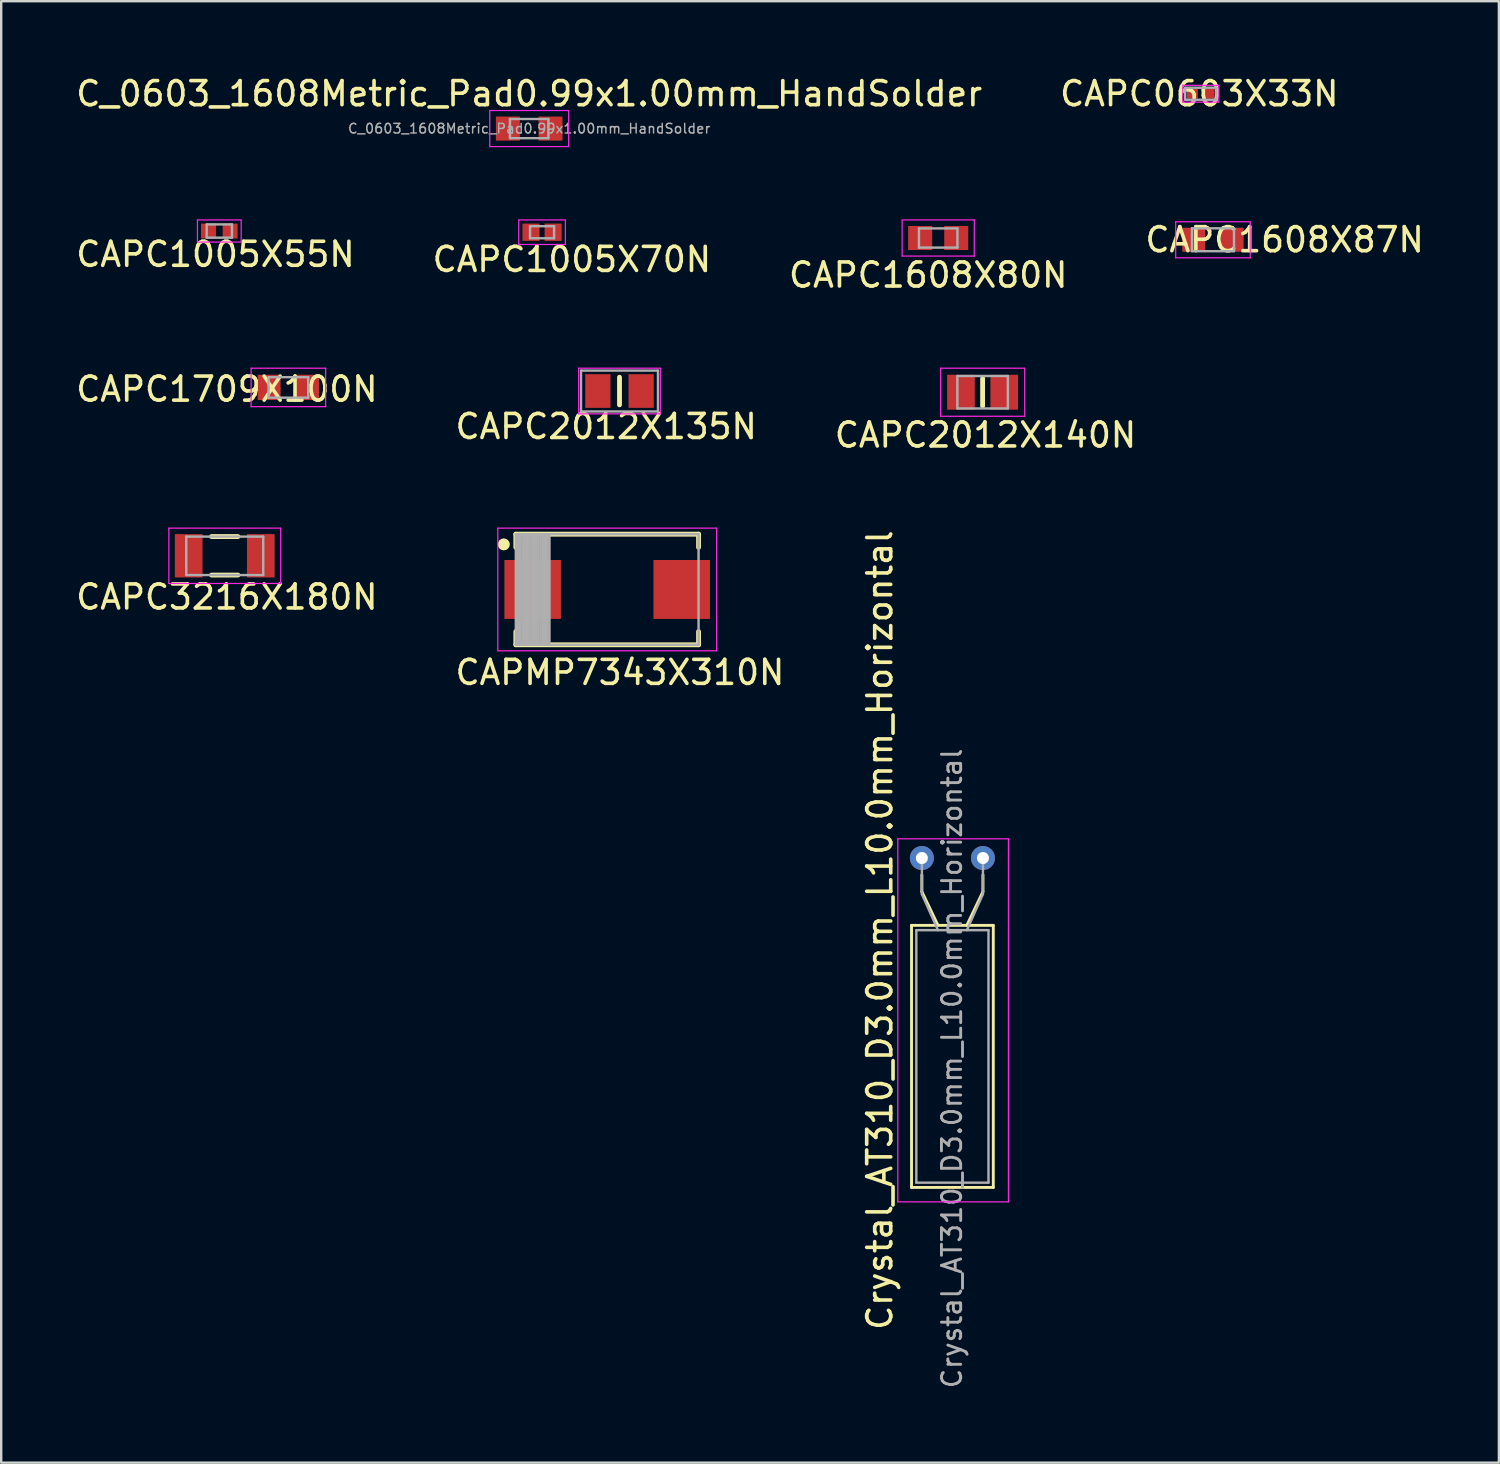
<source format=kicad_pcb>
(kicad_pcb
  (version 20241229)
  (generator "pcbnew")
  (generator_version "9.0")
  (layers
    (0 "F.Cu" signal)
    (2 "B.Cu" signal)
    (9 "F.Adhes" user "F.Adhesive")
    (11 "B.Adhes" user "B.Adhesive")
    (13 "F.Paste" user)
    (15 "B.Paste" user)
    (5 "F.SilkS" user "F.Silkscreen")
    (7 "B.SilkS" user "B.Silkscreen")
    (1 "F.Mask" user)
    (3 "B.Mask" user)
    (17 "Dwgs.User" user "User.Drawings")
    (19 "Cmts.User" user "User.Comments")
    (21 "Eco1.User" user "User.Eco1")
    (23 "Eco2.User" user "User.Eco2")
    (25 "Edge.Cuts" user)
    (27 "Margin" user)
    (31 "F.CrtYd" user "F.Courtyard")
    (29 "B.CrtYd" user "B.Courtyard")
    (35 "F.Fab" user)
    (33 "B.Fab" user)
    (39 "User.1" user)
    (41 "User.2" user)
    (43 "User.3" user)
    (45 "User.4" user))
  (footprint "CAPC0603X33N"
    (layer "F.Cu")
    (at 46.89 0.848)
    (property "Reference" "CAPC0603X33N" (at -0.063 -0.0002 0) (layer "F.SilkS") (effects (font (size 1 1) (thickness 0.15))))
    (attr smd)
    (fp_line (start -0.75 -0.35) (end 0.75 -0.35) (stroke (width 0.05) (type solid)) (layer "F.CrtYd"))
    (fp_line (start -0.75 0.35) (end -0.75 -0.35) (stroke (width 0.05) (type solid)) (layer "F.CrtYd"))
    (fp_line (start -0.75 0.35) (end 0.75 0.35) (stroke (width 0.05) (type solid)) (layer "F.CrtYd"))
    (fp_line (start 0.75 0.35) (end 0.75 -0.35) (stroke (width 0.05) (type solid)) (layer "F.CrtYd"))
    (fp_line (start -0.65 -0.25) (end 0.65 -0.25) (stroke (width 0.1) (type solid)) (layer "F.Fab"))
    (fp_line (start -0.65 0.25) (end -0.65 -0.25) (stroke (width 0.1) (type solid)) (layer "F.Fab"))
    (fp_line (start -0.65 0.25) (end 0.65 0.25) (stroke (width 0.1) (type solid)) (layer "F.Fab"))
    (fp_line (start 0.65 0.25) (end 0.65 -0.25) (stroke (width 0.1) (type solid)) (layer "F.Fab"))
    (pad "1" smd rect (at -0.35 0) (size 0.45 0.4) (layers "F.Cu" "F.Mask" "F.Paste"))
    (pad "2" smd rect (at 0.35 0) (size 0.45 0.4) (layers "F.Cu" "F.Mask" "F.Paste")))
  (footprint "CAPC2012X135N"
    (layer "F.Cu")
    (at 22.714 13.212)
    (property "Reference" "CAPC2012X135N" (at -0.554 1.476 180) (layer "F.SilkS") (effects (font (size 1 1) (thickness 0.15))))
    (attr smd)
    (fp_line (start 0 0.575) (end 0 -0.575) (stroke (width 0.2) (type solid)) (layer "F.SilkS"))
    (fp_line (start -1.7 -0.95) (end 1.7 -0.95) (stroke (width 0.05) (type solid)) (layer "F.CrtYd"))
    (fp_line (start -1.7 0.95) (end -1.7 -0.95) (stroke (width 0.05) (type solid)) (layer "F.CrtYd"))
    (fp_line (start -1.7 0.95) (end 1.7 0.95) (stroke (width 0.05) (type solid)) (layer "F.CrtYd"))
    (fp_line (start 1.7 0.95) (end 1.7 -0.95) (stroke (width 0.05) (type solid)) (layer "F.CrtYd"))
    (fp_line (start -1.6 -0.85) (end 1.6 -0.85) (stroke (width 0.1) (type solid)) (layer "F.Fab"))
    (fp_line (start -1.6 0.85) (end -1.6 -0.85) (stroke (width 0.1) (type solid)) (layer "F.Fab"))
    (fp_line (start -1.6 0.85) (end 1.6 0.85) (stroke (width 0.1) (type solid)) (layer "F.Fab"))
    (fp_line (start 1.6 0.85) (end 1.6 -0.85) (stroke (width 0.1) (type solid)) (layer "F.Fab"))
    (pad "1" smd rect (at -0.9 0) (size 1.05 1.4) (layers "F.Cu" "F.Mask" "F.Paste"))
    (pad "2" smd rect (at 0.9 0) (size 1.05 1.4) (layers "F.Cu" "F.Mask" "F.Paste")))
  (footprint "C_0603_1608Metric_Pad0.99x1.00mm_HandSolder"
    (layer "F.Cu")
    (at 18.958 2.298)
    (property "Reference" "C_0603_1608Metric_Pad0.99x1.00mm_HandSolder" (at 0 -1.45 0) (layer "F.SilkS") (effects (font (size 1 1) (thickness 0.15))))
    (attr smd)
    (fp_line (start -1.64 -0.75) (end 1.64 -0.75) (stroke (width 0.05) (type solid)) (layer "F.CrtYd"))
    (fp_line (start -1.64 0.75) (end -1.64 -0.75) (stroke (width 0.05) (type solid)) (layer "F.CrtYd"))
    (fp_line (start 1.64 -0.75) (end 1.64 0.75) (stroke (width 0.05) (type solid)) (layer "F.CrtYd"))
    (fp_line (start 1.64 0.75) (end -1.64 0.75) (stroke (width 0.05) (type solid)) (layer "F.CrtYd"))
    (fp_line (start -0.8 -0.4) (end 0.8 -0.4) (stroke (width 0.1) (type solid)) (layer "F.Fab"))
    (fp_line (start -0.8 0.4) (end -0.8 -0.4) (stroke (width 0.1) (type solid)) (layer "F.Fab"))
    (fp_line (start 0.8 -0.4) (end 0.8 0.4) (stroke (width 0.1) (type solid)) (layer "F.Fab"))
    (fp_line (start 0.8 0.4) (end -0.8 0.4) (stroke (width 0.1) (type solid)) (layer "F.Fab"))
    (fp_text user "${REFERENCE}" (at 0 0 0) (layer "F.Fab") (effects (font (size 0.4 0.4) (thickness 0.06))))
    (pad "1" smd rect (at -0.887 0) (size 0.995 1) (layers "F.Cu" "F.Mask" "F.Paste"))
    (pad "2" smd rect (at 0.887 0) (size 0.995 1) (layers "F.Cu" "F.Mask" "F.Paste")))
  (footprint "CAPC1709X100N"
    (layer "F.Cu")
    (at 8.943 13.062)
    (property "Reference" "CAPC1709X100N" (at -2.556 0.073 0) (layer "F.SilkS") (effects (font (size 1 1) (thickness 0.15))))
    (attr smd)
    (fp_line (start -1.55 -0.8) (end 1.55 -0.8) (stroke (width 0.05) (type solid)) (layer "F.CrtYd"))
    (fp_line (start -1.55 0.8) (end -1.55 -0.8) (stroke (width 0.05) (type solid)) (layer "F.CrtYd"))
    (fp_line (start -1.55 0.8) (end 1.55 0.8) (stroke (width 0.05) (type solid)) (layer "F.CrtYd"))
    (fp_line (start 1.55 0.8) (end 1.55 -0.8) (stroke (width 0.05) (type solid)) (layer "F.CrtYd"))
    (fp_line (start -0.825 -0.425) (end 0.825 -0.425) (stroke (width 0.1) (type solid)) (layer "F.Fab"))
    (fp_line (start -0.825 0.425) (end -0.825 -0.425) (stroke (width 0.1) (type solid)) (layer "F.Fab"))
    (fp_line (start -0.825 0.425) (end 0.825 0.425) (stroke (width 0.1) (type solid)) (layer "F.Fab"))
    (fp_line (start 0.825 0.425) (end 0.825 -0.425) (stroke (width 0.1) (type solid)) (layer "F.Fab"))
    (pad "1" smd rect (at -0.8 0 90) (size 1.05 0.95) (layers "F.Cu" "F.Mask" "F.Paste"))
    (pad "2" smd rect (at 0.8 0 90) (size 1.05 0.95) (layers "F.Cu" "F.Mask" "F.Paste")))
  (footprint "CAPMP7343X310N"
    (layer "F.Cu")
    (at 22.202 21.465)
    (property "Reference" "CAPMP7343X310N" (at 0.53 3.45 0) (layer "F.SilkS") (effects (font (size 1 1) (thickness 0.15))))
    (attr smd)
    (fp_line (start -3.8 -2.3) (end 3.8 -2.3) (stroke (width 0.2) (type solid)) (layer "F.SilkS"))
    (fp_line (start -3.8 -1.75) (end -3.8 -2.3) (stroke (width 0.2) (type solid)) (layer "F.SilkS"))
    (fp_line (start -3.8 2.3) (end -3.8 1.75) (stroke (width 0.2) (type solid)) (layer "F.SilkS"))
    (fp_line (start -3.8 2.3) (end 3.8 2.3) (stroke (width 0.2) (type solid)) (layer "F.SilkS"))
    (fp_line (start 3.8 -1.75) (end 3.8 -2.3) (stroke (width 0.2) (type solid)) (layer "F.SilkS"))
    (fp_line (start 3.8 2.3) (end 3.8 1.75) (stroke (width 0.2) (type solid)) (layer "F.SilkS"))
    (fp_circle (center -4.3 -1.875) (end -4.175 -1.875) (stroke (width 0.25) (type solid)) (fill no) (layer "F.SilkS"))
    (fp_line (start -4.55 -2.55) (end 4.55 -2.55) (stroke (width 0.05) (type solid)) (layer "F.CrtYd"))
    (fp_line (start -4.55 2.55) (end -4.55 -2.55) (stroke (width 0.05) (type solid)) (layer "F.CrtYd"))
    (fp_line (start -4.55 2.55) (end 4.55 2.55) (stroke (width 0.05) (type solid)) (layer "F.CrtYd"))
    (fp_line (start 4.55 2.55) (end 4.55 -2.55) (stroke (width 0.05) (type solid)) (layer "F.CrtYd"))
    (fp_line (start -3.8 -2.3) (end 3.8 -2.3) (stroke (width 0.1) (type solid)) (layer "F.Fab"))
    (fp_line (start -3.8 2.3) (end -3.8 -2.3) (stroke (width 0.1) (type solid)) (layer "F.Fab"))
    (fp_line (start -3.8 2.3) (end 3.8 2.3) (stroke (width 0.1) (type solid)) (layer "F.Fab"))
    (fp_line (start -3.75 2.3) (end -3.75 -2.3) (stroke (width 0.1) (type solid)) (layer "F.Fab"))
    (fp_line (start -3.675 2.3) (end -3.675 -2.3) (stroke (width 0.1) (type solid)) (layer "F.Fab"))
    (fp_line (start -3.6 2.3) (end -3.6 -2.3) (stroke (width 0.1) (type solid)) (layer "F.Fab"))
    (fp_line (start -3.525 2.3) (end -3.525 -2.3) (stroke (width 0.1) (type solid)) (layer "F.Fab"))
    (fp_line (start -3.45 2.3) (end -3.45 -2.3) (stroke (width 0.1) (type solid)) (layer "F.Fab"))
    (fp_line (start -3.375 2.3) (end -3.375 -2.3) (stroke (width 0.1) (type solid)) (layer "F.Fab"))
    (fp_line (start -3.3 2.3) (end -3.3 -2.3) (stroke (width 0.1) (type solid)) (layer "F.Fab"))
    (fp_line (start -3.225 2.3) (end -3.225 -2.3) (stroke (width 0.1) (type solid)) (layer "F.Fab"))
    (fp_line (start -3.15 2.3) (end -3.15 -2.3) (stroke (width 0.1) (type solid)) (layer "F.Fab"))
    (fp_line (start -3.075 2.3) (end -3.075 -2.3) (stroke (width 0.1) (type solid)) (layer "F.Fab"))
    (fp_line (start -3 2.3) (end -3 -2.3) (stroke (width 0.1) (type solid)) (layer "F.Fab"))
    (fp_line (start -2.925 2.3) (end -2.925 -2.3) (stroke (width 0.1) (type solid)) (layer "F.Fab"))
    (fp_line (start -2.85 2.3) (end -2.85 -2.3) (stroke (width 0.1) (type solid)) (layer "F.Fab"))
    (fp_line (start -2.775 2.3) (end -2.775 -2.3) (stroke (width 0.1) (type solid)) (layer "F.Fab"))
    (fp_line (start -2.7 2.3) (end -2.7 -2.3) (stroke (width 0.1) (type solid)) (layer "F.Fab"))
    (fp_line (start -2.625 2.3) (end -2.625 -2.3) (stroke (width 0.1) (type solid)) (layer "F.Fab"))
    (fp_line (start -2.55 2.3) (end -2.55 -2.3) (stroke (width 0.1) (type solid)) (layer "F.Fab"))
    (fp_line (start -2.475 2.3) (end -2.475 -2.3) (stroke (width 0.1) (type solid)) (layer "F.Fab"))
    (fp_line (start -2.4 2.3) (end -2.4 -2.3) (stroke (width 0.1) (type solid)) (layer "F.Fab"))
    (fp_line (start 3.8 2.3) (end 3.8 -2.3) (stroke (width 0.1) (type solid)) (layer "F.Fab"))
    (pad "1" smd rect (at -3.1 0) (size 2.35 2.45) (layers "F.Cu" "F.Mask" "F.Paste"))
    (pad "2" smd rect (at 3.1 0) (size 2.35 2.45) (layers "F.Cu" "F.Mask" "F.Paste")))
  (footprint "CAPC2012X140N"
    (layer "F.Cu")
    (at 37.815 13.262)
    (property "Reference" "CAPC2012X140N" (at 0.12 1.78 180) (layer "F.SilkS") (effects (font (size 1 1) (thickness 0.15))))
    (attr smd)
    (fp_line (start 0 0.575) (end 0 -0.575) (stroke (width 0.2) (type solid)) (layer "F.SilkS"))
    (fp_line (start -1.75 -1) (end 1.75 -1) (stroke (width 0.05) (type solid)) (layer "F.CrtYd"))
    (fp_line (start -1.75 1) (end -1.75 -1) (stroke (width 0.05) (type solid)) (layer "F.CrtYd"))
    (fp_line (start -1.75 1) (end 1.75 1) (stroke (width 0.05) (type solid)) (layer "F.CrtYd"))
    (fp_line (start 1.75 1) (end 1.75 -1) (stroke (width 0.05) (type solid)) (layer "F.CrtYd"))
    (fp_line (start -1.05 -0.675) (end 1.05 -0.675) (stroke (width 0.1) (type solid)) (layer "F.Fab"))
    (fp_line (start -1.05 0.675) (end -1.05 -0.675) (stroke (width 0.1) (type solid)) (layer "F.Fab"))
    (fp_line (start -1.05 0.675) (end 1.05 0.675) (stroke (width 0.1) (type solid)) (layer "F.Fab"))
    (fp_line (start 1.05 0.675) (end 1.05 -0.675) (stroke (width 0.1) (type solid)) (layer "F.Fab"))
    (pad "1" smd rect (at -0.9 0 90) (size 1.45 1.15) (layers "F.Cu" "F.Mask" "F.Paste"))
    (pad "2" smd rect (at 0.9 0 90) (size 1.45 1.15) (layers "F.Cu" "F.Mask" "F.Paste")))
  (footprint "CAPC3216X180N"
    (layer "F.Cu")
    (at 6.297 20.065)
    (property "Reference" "CAPC3216X180N" (at 0.089 1.714 180) (layer "F.SilkS") (effects (font (size 1 1) (thickness 0.15))))
    (attr smd)
    (fp_line (start -0.55 -0.8) (end 0.55 -0.8) (stroke (width 0.2) (type solid)) (layer "F.SilkS"))
    (fp_line (start -0.55 0.8) (end 0.55 0.8) (stroke (width 0.2) (type solid)) (layer "F.SilkS"))
    (fp_line (start -2.325 -1.15) (end 2.325 -1.15) (stroke (width 0.05) (type solid)) (layer "F.CrtYd"))
    (fp_line (start -2.325 1.15) (end -2.325 -1.15) (stroke (width 0.05) (type solid)) (layer "F.CrtYd"))
    (fp_line (start -2.325 1.15) (end 2.325 1.15) (stroke (width 0.05) (type solid)) (layer "F.CrtYd"))
    (fp_line (start 2.325 1.15) (end 2.325 -1.15) (stroke (width 0.05) (type solid)) (layer "F.CrtYd"))
    (fp_line (start -1.6 -0.8) (end 1.6 -0.8) (stroke (width 0.1) (type solid)) (layer "F.Fab"))
    (fp_line (start -1.6 0.8) (end -1.6 -0.8) (stroke (width 0.1) (type solid)) (layer "F.Fab"))
    (fp_line (start -1.6 0.8) (end 1.6 0.8) (stroke (width 0.1) (type solid)) (layer "F.Fab"))
    (fp_line (start 1.6 0.8) (end 1.6 -0.8) (stroke (width 0.1) (type solid)) (layer "F.Fab"))
    (pad "1" smd rect (at -1.5 0 90) (size 1.8 1.15) (layers "F.Cu" "F.Mask" "F.Paste"))
    (pad "2" smd rect (at 1.5 0 90) (size 1.8 1.15) (layers "F.Cu" "F.Mask" "F.Paste")))
  (footprint "Crystal_AT310_D3.0mm_L10.0mm_Horizontal"
    (layer "F.Cu")
    (at 35.289 32.634)
    (property "Reference" "Crystal_AT310_D3.0mm_L10.0mm_Horizontal" (at -1.75 3 90) (layer "F.SilkS") (effects (font (size 1 1) (thickness 0.15))))
    (attr through_hole)
    (fp_line (start -0.43 2.8) (end -0.43 13.7) (stroke (width 0.12) (type solid)) (layer "F.SilkS"))
    (fp_line (start -0.43 13.7) (end 2.97 13.7) (stroke (width 0.12) (type solid)) (layer "F.SilkS"))
    (fp_line (start 0 1.4) (end 0 0.7) (stroke (width 0.12) (type solid)) (layer "F.SilkS"))
    (fp_line (start 0.67 2.8) (end 0 1.4) (stroke (width 0.12) (type solid)) (layer "F.SilkS"))
    (fp_line (start 1.87 2.8) (end 2.54 1.4) (stroke (width 0.12) (type solid)) (layer "F.SilkS"))
    (fp_line (start 2.54 1.4) (end 2.54 0.7) (stroke (width 0.12) (type solid)) (layer "F.SilkS"))
    (fp_line (start 2.97 2.8) (end -0.43 2.8) (stroke (width 0.12) (type solid)) (layer "F.SilkS"))
    (fp_line (start 2.97 13.7) (end 2.97 2.8) (stroke (width 0.12) (type solid)) (layer "F.SilkS"))
    (fp_line (start -1 -0.8) (end -1 14.3) (stroke (width 0.05) (type solid)) (layer "F.CrtYd"))
    (fp_line (start -1 14.3) (end 3.6 14.3) (stroke (width 0.05) (type solid)) (layer "F.CrtYd"))
    (fp_line (start 3.6 -0.8) (end -1 -0.8) (stroke (width 0.05) (type solid)) (layer "F.CrtYd"))
    (fp_line (start 3.6 14.3) (end 3.6 -0.8) (stroke (width 0.05) (type solid)) (layer "F.CrtYd"))
    (fp_line (start -0.23 3) (end -0.23 13.5) (stroke (width 0.1) (type solid)) (layer "F.Fab"))
    (fp_line (start -0.23 13.5) (end 2.77 13.5) (stroke (width 0.1) (type solid)) (layer "F.Fab"))
    (fp_line (start 0 1.5) (end 0 0) (stroke (width 0.1) (type solid)) (layer "F.Fab"))
    (fp_line (start 0.67 3) (end 0 1.5) (stroke (width 0.1) (type solid)) (layer "F.Fab"))
    (fp_line (start 1.87 3) (end 2.54 1.5) (stroke (width 0.1) (type solid)) (layer "F.Fab"))
    (fp_line (start 2.54 1.5) (end 2.54 0) (stroke (width 0.1) (type solid)) (layer "F.Fab"))
    (fp_line (start 2.77 3) (end -0.23 3) (stroke (width 0.1) (type solid)) (layer "F.Fab"))
    (fp_line (start 2.77 13.5) (end 2.77 3) (stroke (width 0.1) (type solid)) (layer "F.Fab"))
    (fp_text user "${REFERENCE}" (at 1.25 8.75 90) (layer "F.Fab") (effects (font (size 0.8 0.8) (thickness 0.12))))
    (pad "1" thru_hole circle (at 0 0) (size 1 1) (drill 0.5) (layers "*.Cu" "*.Mask"))
    (pad "2" thru_hole circle (at 2.54 0) (size 1 1) (drill 0.5) (layers "*.Cu" "*.Mask")))
  (footprint "CAPC1005X55N"
    (layer "F.Cu")
    (at 6.071 6.558)
    (property "Reference" "CAPC1005X55N" (at -0.16 0.97 180) (layer "F.SilkS") (effects (font (size 1 1) (thickness 0.15))))
    (attr smd)
    (fp_line (start -0.91 -0.46) (end 0.91 -0.46) (stroke (width 0.05) (type solid)) (layer "F.CrtYd"))
    (fp_line (start -0.91 0.46) (end -0.91 -0.46) (stroke (width 0.05) (type solid)) (layer "F.CrtYd"))
    (fp_line (start -0.91 0.46) (end 0.91 0.46) (stroke (width 0.05) (type solid)) (layer "F.CrtYd"))
    (fp_line (start 0.91 0.46) (end 0.91 -0.46) (stroke (width 0.05) (type solid)) (layer "F.CrtYd"))
    (fp_line (start -0.525 -0.275) (end 0.525 -0.275) (stroke (width 0.1) (type solid)) (layer "F.Fab"))
    (fp_line (start -0.525 0.275) (end -0.525 -0.275) (stroke (width 0.1) (type solid)) (layer "F.Fab"))
    (fp_line (start -0.525 0.275) (end 0.525 0.275) (stroke (width 0.1) (type solid)) (layer "F.Fab"))
    (fp_line (start 0.525 0.275) (end 0.525 -0.275) (stroke (width 0.1) (type solid)) (layer "F.Fab"))
    (pad "1" smd rect (at -0.45 0) (size 0.62 0.62) (layers "F.Cu" "F.Mask" "F.Paste"))
    (pad "2" smd rect (at 0.45 0) (size 0.62 0.62) (layers "F.Cu" "F.Mask" "F.Paste")))
  (footprint "CAPC1608X80N"
    (layer "F.Cu")
    (at 35.968 6.848)
    (property "Reference" "CAPC1608X80N" (at -0.415 1.541 180) (layer "F.SilkS") (effects (font (size 1 1) (thickness 0.15))))
    (attr smd)
    (fp_line (start -1.5 -0.75) (end 1.5 -0.75) (stroke (width 0.05) (type solid)) (layer "F.CrtYd"))
    (fp_line (start -1.5 0.75) (end -1.5 -0.75) (stroke (width 0.05) (type solid)) (layer "F.CrtYd"))
    (fp_line (start -1.5 0.75) (end 1.5 0.75) (stroke (width 0.05) (type solid)) (layer "F.CrtYd"))
    (fp_line (start 1.5 0.75) (end 1.5 -0.75) (stroke (width 0.05) (type solid)) (layer "F.CrtYd"))
    (fp_line (start -0.8 -0.4) (end 0.8 -0.4) (stroke (width 0.1) (type solid)) (layer "F.Fab"))
    (fp_line (start -0.8 0.4) (end -0.8 -0.4) (stroke (width 0.1) (type solid)) (layer "F.Fab"))
    (fp_line (start -0.8 0.4) (end 0.8 0.4) (stroke (width 0.1) (type solid)) (layer "F.Fab"))
    (fp_line (start 0.8 0.4) (end 0.8 -0.4) (stroke (width 0.1) (type solid)) (layer "F.Fab"))
    (pad "1" smd rect (at -0.75 0) (size 1 1) (layers "F.Cu" "F.Mask" "F.Paste"))
    (pad "2" smd rect (at 0.75 0) (size 1 1) (layers "F.Cu" "F.Mask" "F.Paste")))
  (footprint "CAPC1608X87N"
    (layer "F.Cu")
    (at 47.395 6.921)
    (property "Reference" "CAPC1608X87N" (at 2.98 0 0) (layer "F.SilkS") (effects (font (size 1 1) (thickness 0.15))))
    (attr smd)
    (fp_line (start -1.55 -0.75) (end 1.55 -0.75) (stroke (width 0.05) (type solid)) (layer "F.CrtYd"))
    (fp_line (start -1.55 0.75) (end -1.55 -0.75) (stroke (width 0.05) (type solid)) (layer "F.CrtYd"))
    (fp_line (start -1.55 0.75) (end 1.55 0.75) (stroke (width 0.05) (type solid)) (layer "F.CrtYd"))
    (fp_line (start 1.55 0.75) (end 1.55 -0.75) (stroke (width 0.05) (type solid)) (layer "F.CrtYd"))
    (fp_line (start -0.875 -0.475) (end 0.875 -0.475) (stroke (width 0.1) (type solid)) (layer "F.Fab"))
    (fp_line (start -0.875 0.475) (end -0.875 -0.475) (stroke (width 0.1) (type solid)) (layer "F.Fab"))
    (fp_line (start -0.875 0.475) (end 0.875 0.475) (stroke (width 0.1) (type solid)) (layer "F.Fab"))
    (fp_line (start 0.875 0.475) (end 0.875 -0.475) (stroke (width 0.1) (type solid)) (layer "F.Fab"))
    (pad "1" smd rect (at -0.8 0) (size 0.95 1) (layers "F.Cu" "F.Mask" "F.Paste"))
    (pad "2" smd rect (at 0.8 0) (size 0.95 1) (layers "F.Cu" "F.Mask" "F.Paste")))
  (footprint "CAPC1005X70N"
    (layer "F.Cu")
    (at 19.493 6.608)
    (property "Reference" "CAPC1005X70N" (at 1.239 1.132 0) (layer "F.SilkS") (effects (font (size 1 1) (thickness 0.15))))
    (attr smd)
    (fp_line (start -0.97 -0.51) (end 0.97 -0.51) (stroke (width 0.05) (type solid)) (layer "F.CrtYd"))
    (fp_line (start -0.97 0.51) (end -0.97 -0.51) (stroke (width 0.05) (type solid)) (layer "F.CrtYd"))
    (fp_line (start -0.97 0.51) (end 0.97 0.51) (stroke (width 0.05) (type solid)) (layer "F.CrtYd"))
    (fp_line (start 0.97 0.51) (end 0.97 -0.51) (stroke (width 0.05) (type solid)) (layer "F.CrtYd"))
    (fp_line (start -0.5 -0.25) (end 0.5 -0.25) (stroke (width 0.1) (type solid)) (layer "F.Fab"))
    (fp_line (start -0.5 0.25) (end -0.5 -0.25) (stroke (width 0.1) (type solid)) (layer "F.Fab"))
    (fp_line (start -0.5 0.25) (end 0.5 0.25) (stroke (width 0.1) (type solid)) (layer "F.Fab"))
    (fp_line (start 0.5 0.25) (end 0.5 -0.25) (stroke (width 0.1) (type solid)) (layer "F.Fab"))
    (pad "1" smd rect (at -0.46 0 90) (size 0.72 0.71) (layers "F.Cu" "F.Mask" "F.Paste"))
    (pad "2" smd rect (at 0.46 0 90) (size 0.72 0.71) (layers "F.Cu" "F.Mask" "F.Paste")))
  (gr_rect
    (start -3 -3)
    (end 59.286 57.78)
    (stroke (width 0.1) (type default))
    (fill no)
    (layer "Edge.Cuts")))
</source>
